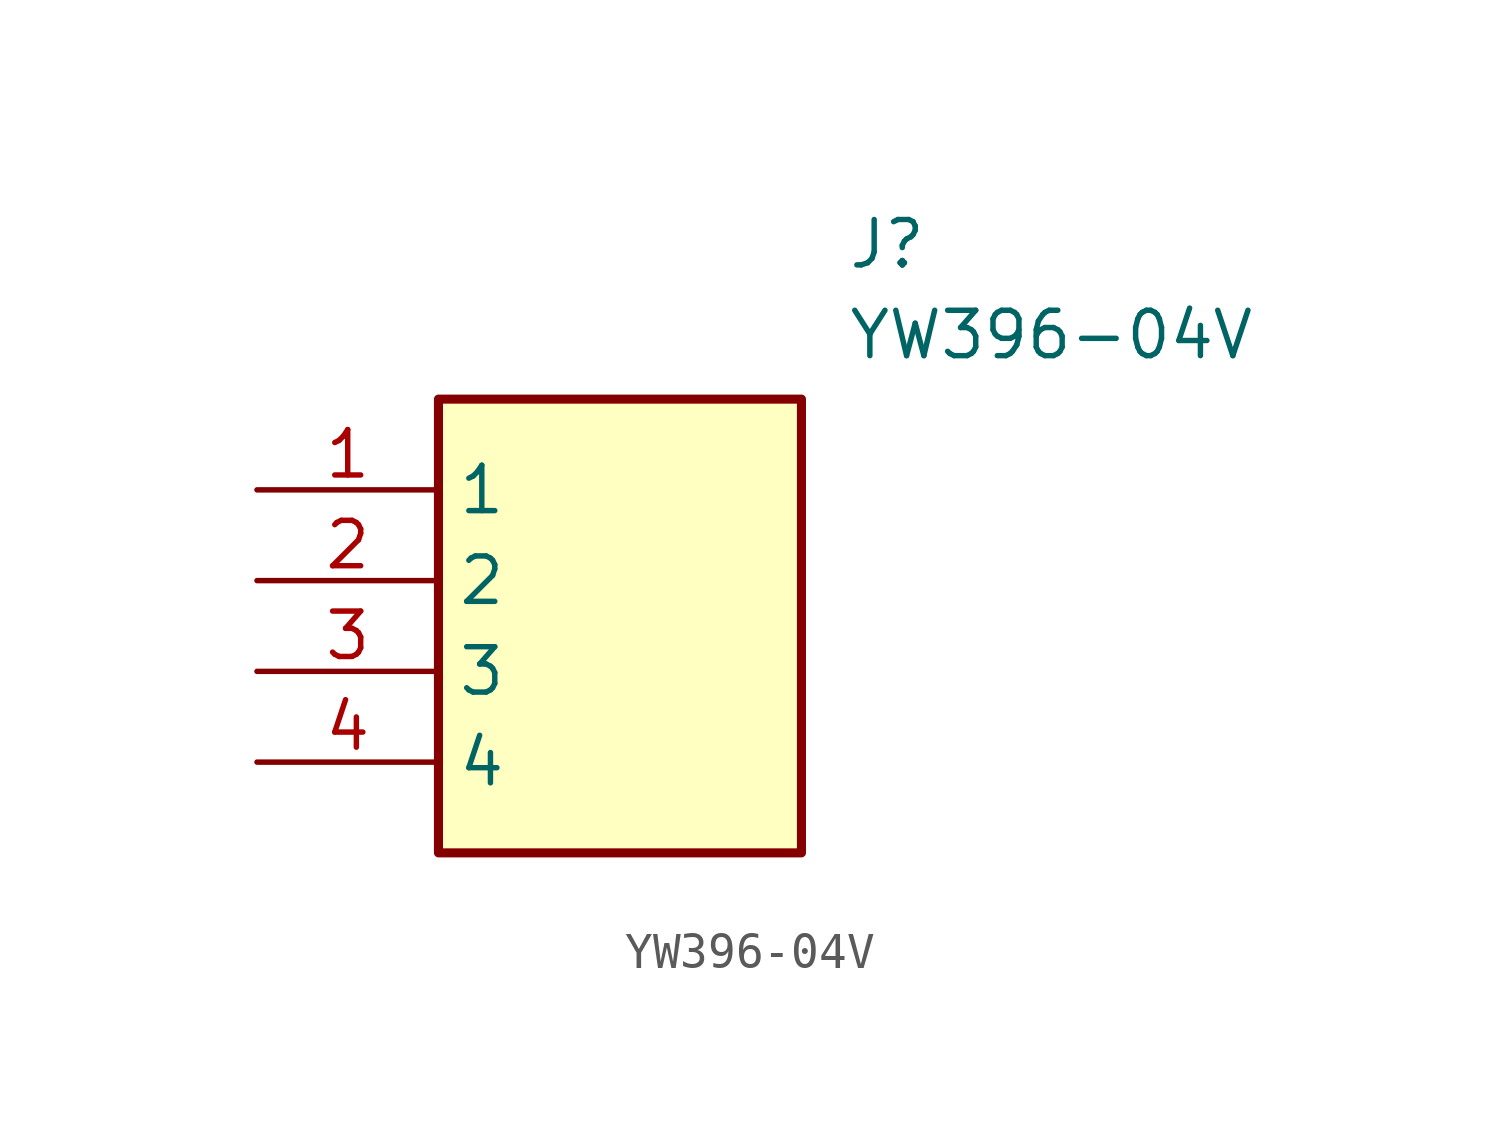
<source format=kicad_sym>
(kicad_symbol_lib
  (version 20241209)
  (generator "kicad_symbol_editor")
  (generator_version "9.0")
  (symbol "YW396-04V"
    (property "Reference" "J"
      (at 16.51 7.62 0)
      (effects (font (size 1.27 1.27)) (justify left top)))
    (property "Value" "YW396-04V"
      (at 16.51 5.08 0)
      (effects (font (size 1.27 1.27)) (justify left top)))
    (symbol "YW396-04V_1_1"
      (rectangle (start 5.08 2.54) (end 15.24 -10.16) (stroke (width 0.254) (type default)) (fill (type background)))
      (pin passive line (at 0 0 0) (length 5.08) (name "1" (effects (font (size 1.27 1.27)))) (number "1" (effects (font (size 1.27 1.27)))))
      (pin passive line (at 0 -2.54 0) (length 5.08) (name "2" (effects (font (size 1.27 1.27)))) (number "2" (effects (font (size 1.27 1.27)))))
      (pin passive line (at 0 -5.08 0) (length 5.08) (name "3" (effects (font (size 1.27 1.27)))) (number "3" (effects (font (size 1.27 1.27)))))
      (pin passive line (at 0 -7.62 0) (length 5.08) (name "4" (effects (font (size 1.27 1.27)))) (number "4" (effects (font (size 1.27 1.27))))))))
</source>
